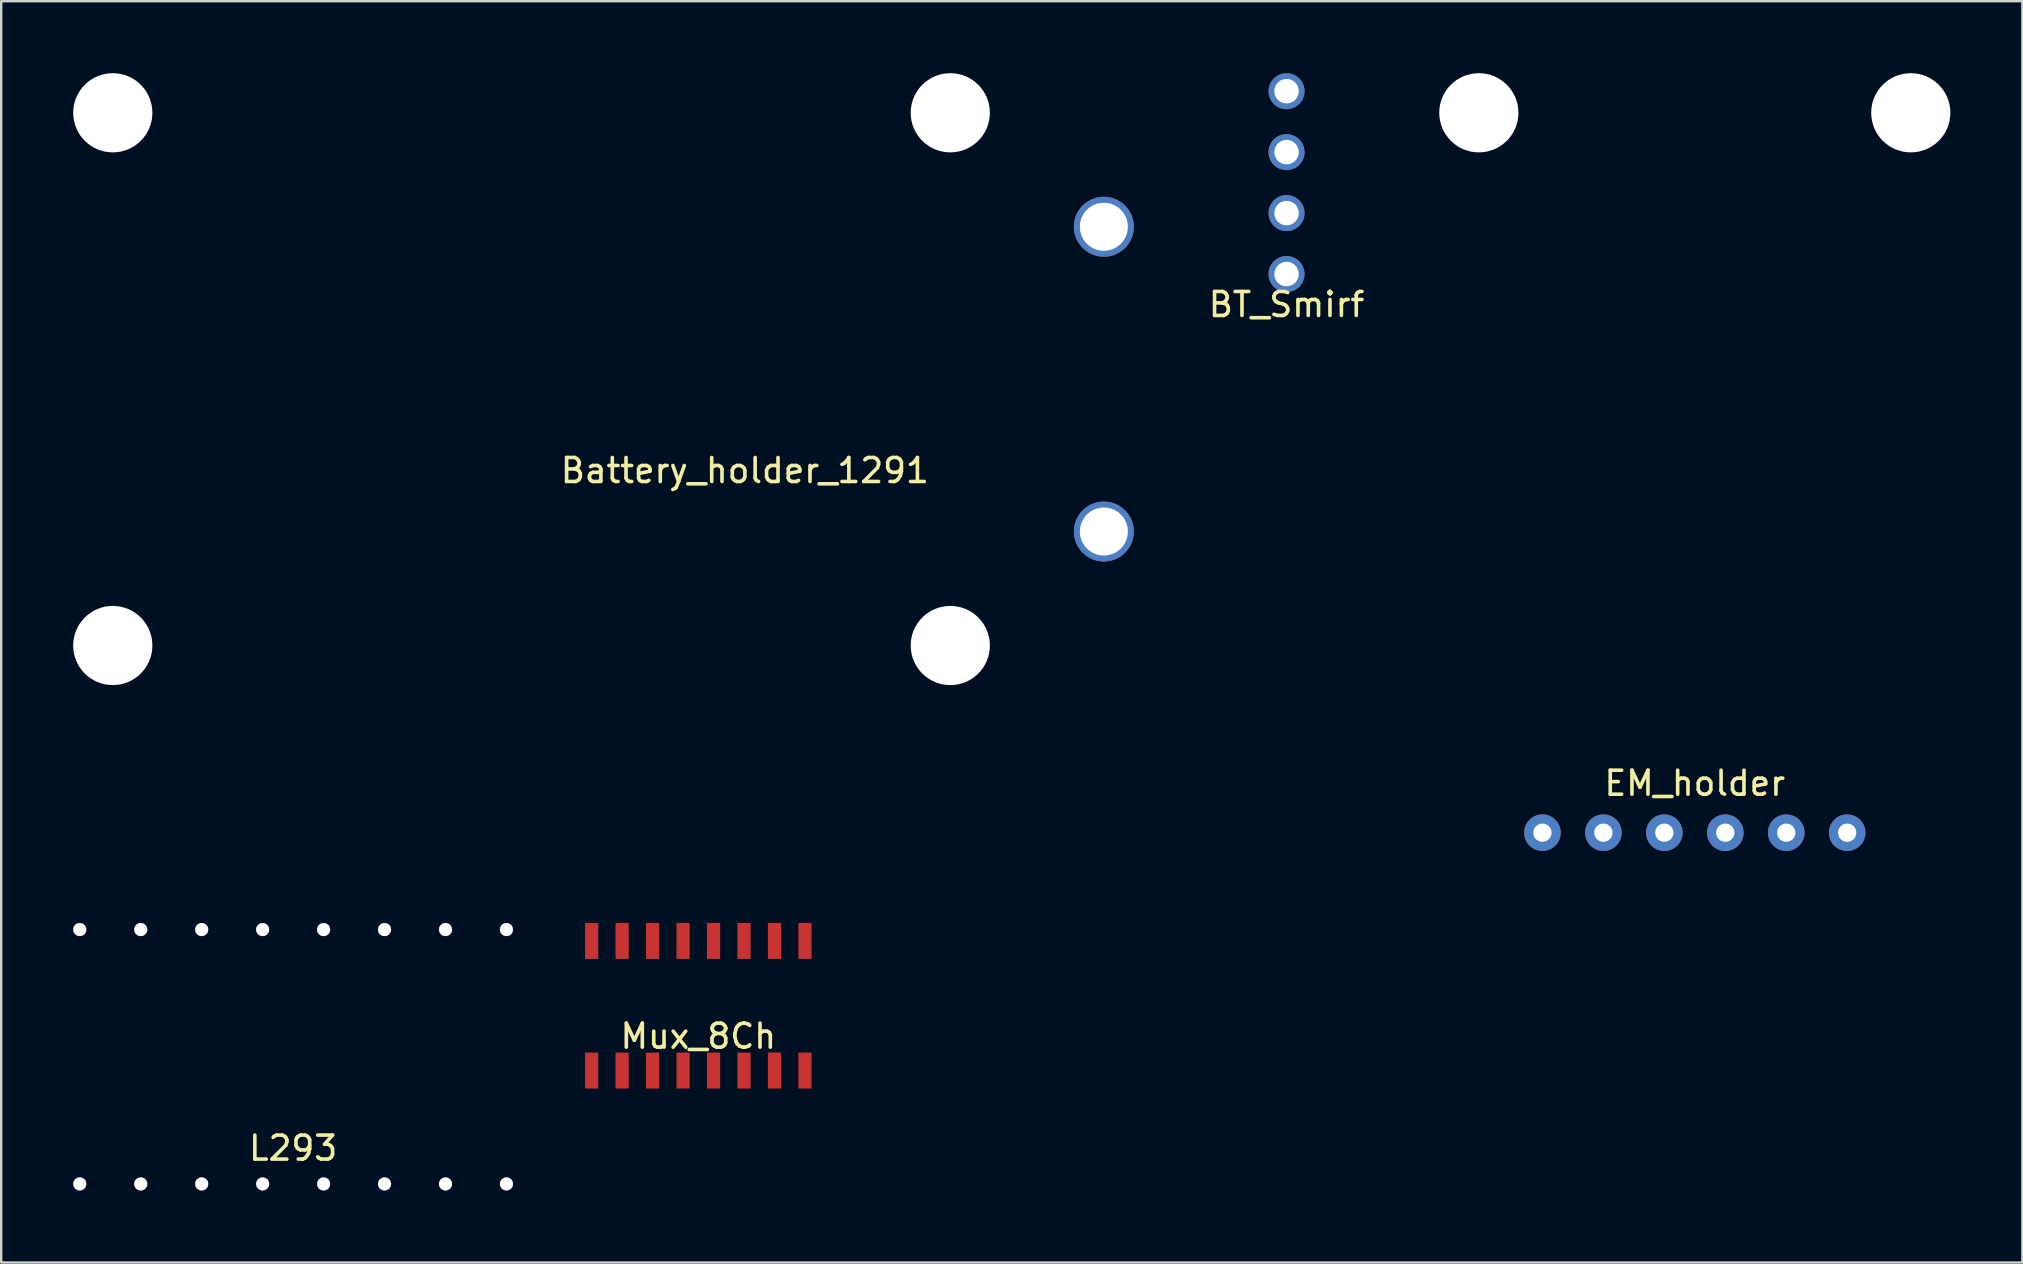
<source format=kicad_pcb>
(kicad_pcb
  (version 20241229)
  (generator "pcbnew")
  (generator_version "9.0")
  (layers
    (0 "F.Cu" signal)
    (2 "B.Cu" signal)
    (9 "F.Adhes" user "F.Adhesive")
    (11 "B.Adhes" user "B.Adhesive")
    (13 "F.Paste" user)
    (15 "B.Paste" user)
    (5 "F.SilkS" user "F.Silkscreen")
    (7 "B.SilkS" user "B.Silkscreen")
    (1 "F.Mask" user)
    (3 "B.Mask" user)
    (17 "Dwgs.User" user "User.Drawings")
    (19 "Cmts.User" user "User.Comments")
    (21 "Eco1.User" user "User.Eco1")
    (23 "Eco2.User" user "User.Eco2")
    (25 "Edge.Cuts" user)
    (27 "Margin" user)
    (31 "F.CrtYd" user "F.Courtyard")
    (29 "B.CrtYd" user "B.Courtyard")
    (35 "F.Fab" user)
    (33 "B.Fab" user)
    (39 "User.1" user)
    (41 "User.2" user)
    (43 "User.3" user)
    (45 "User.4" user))
  (footprint "Battery_holder_1291"
    (layer "F.Cu")
    (at 19.1 12.75)
    (property "Reference" "Battery_holder_1291" (at 8.89 3.81 0) (layer "F.SilkS") (effects (font (size 1 1) (thickness 0.15))))
    (attr through_hole)
    (pad "" np_thru_hole circle (at -17.45 -11.1) (size 3.3 3.3) (drill 3.3) (layers "*.Cu" "*.Mask"))
    (pad "" np_thru_hole circle (at -17.45 11.1) (size 3.3 3.3) (drill 3.3) (layers "*.Cu" "*.Mask"))
    (pad "" np_thru_hole circle (at 17.45 -11.1) (size 3.3 3.3) (drill 3.3) (layers "*.Cu" "*.Mask"))
    (pad "" np_thru_hole circle (at 17.45 11.1) (size 3.3 3.3) (drill 3.3) (layers "*.Cu" "*.Mask"))
    (pad "1" thru_hole circle (at 23.85 -6.35) (size 2.5 2.5) (drill 2) (layers "*.Cu" "*.Mask"))
    (pad "2" thru_hole circle (at 23.85 6.35) (size 2.5 2.5) (drill 2) (layers "*.Cu" "*.Mask")))
  (footprint "L293"
    (layer "F.Cu")
    (at 9.165 40.987)
    (property "Reference" "L293" (at 0 3.81 0) (layer "F.SilkS") (effects (font (size 1 1) (thickness 0.15))))
    (attr through_hole)
    (pad "1" thru_hole circle (at -8.89 5.3) (size 0.55 0.55) (drill 0.54) (layers "*.Cu" "*.Mask"))
    (pad "2" thru_hole circle (at -6.35 5.3) (size 0.55 0.55) (drill 0.54) (layers "*.Cu" "*.Mask"))
    (pad "3" thru_hole circle (at -3.81 5.3) (size 0.55 0.55) (drill 0.54) (layers "*.Cu" "*.Mask"))
    (pad "4" thru_hole circle (at -1.27 5.3) (size 0.55 0.55) (drill 0.54) (layers "*.Cu" "*.Mask"))
    (pad "5" thru_hole circle (at 1.27 5.3) (size 0.55 0.55) (drill 0.54) (layers "*.Cu" "*.Mask"))
    (pad "6" thru_hole circle (at 3.81 5.3) (size 0.55 0.55) (drill 0.54) (layers "*.Cu" "*.Mask"))
    (pad "7" thru_hole circle (at 6.35 5.3) (size 0.55 0.55) (drill 0.54) (layers "*.Cu" "*.Mask"))
    (pad "8" thru_hole circle (at 8.89 5.3) (size 0.55 0.55) (drill 0.54) (layers "*.Cu" "*.Mask"))
    (pad "9" thru_hole circle (at 8.89 -5.3) (size 0.55 0.55) (drill 0.54) (layers "*.Cu" "*.Mask"))
    (pad "10" thru_hole circle (at 6.35 -5.3) (size 0.55 0.55) (drill 0.54) (layers "*.Cu" "*.Mask"))
    (pad "11" thru_hole circle (at 3.81 -5.3) (size 0.55 0.55) (drill 0.54) (layers "*.Cu" "*.Mask"))
    (pad "12" thru_hole circle (at 1.27 -5.3) (size 0.55 0.55) (drill 0.54) (layers "*.Cu" "*.Mask"))
    (pad "13" thru_hole circle (at -1.27 -5.3) (size 0.55 0.55) (drill 0.54) (layers "*.Cu" "*.Mask"))
    (pad "14" thru_hole circle (at -3.81 -5.3) (size 0.55 0.55) (drill 0.54) (layers "*.Cu" "*.Mask"))
    (pad "15" thru_hole circle (at -6.35 -5.3) (size 0.55 0.55) (drill 0.54) (layers "*.Cu" "*.Mask"))
    (pad "16" thru_hole circle (at -8.89 -5.3) (size 0.55 0.55) (drill 0.54) (layers "*.Cu" "*.Mask")))
  (footprint "Mux_8Ch"
    (layer "F.Cu")
    (at 26.05 38.862)
    (property "Reference" "Mux_8Ch" (at 0 1.27 0) (layer "F.SilkS") (effects (font (size 1 1) (thickness 0.15))))
    (attr through_hole)
    (pad "1" smd rect (at -4.445 2.7) (size 0.55 1.5) (layers "F.Cu" "F.Mask" "F.Paste"))
    (pad "2" smd rect (at -3.175 2.7) (size 0.55 1.5) (layers "F.Cu" "F.Mask" "F.Paste"))
    (pad "3" smd rect (at -1.905 2.7) (size 0.55 1.5) (layers "F.Cu" "F.Mask" "F.Paste"))
    (pad "4" smd rect (at -0.635 2.7) (size 0.55 1.5) (layers "F.Cu" "F.Mask" "F.Paste"))
    (pad "5" smd rect (at 0.635 2.7) (size 0.55 1.5) (layers "F.Cu" "F.Mask" "F.Paste"))
    (pad "6" smd rect (at 1.905 2.7) (size 0.55 1.5) (layers "F.Cu" "F.Mask" "F.Paste"))
    (pad "7" smd rect (at 3.175 2.7) (size 0.55 1.5) (layers "F.Cu" "F.Mask" "F.Paste"))
    (pad "8" smd rect (at 4.445 2.7) (size 0.55 1.5) (layers "F.Cu" "F.Mask" "F.Paste"))
    (pad "9" smd rect (at 4.445 -2.7) (size 0.55 1.5) (layers "F.Cu" "F.Mask" "F.Paste"))
    (pad "10" smd rect (at 3.175 -2.7) (size 0.55 1.5) (layers "F.Cu" "F.Mask" "F.Paste"))
    (pad "11" smd rect (at 1.905 -2.7) (size 0.55 1.5) (layers "F.Cu" "F.Mask" "F.Paste"))
    (pad "12" smd rect (at 0.635 -2.7) (size 0.55 1.5) (layers "F.Cu" "F.Mask" "F.Paste"))
    (pad "13" smd rect (at -0.635 -2.7) (size 0.55 1.5) (layers "F.Cu" "F.Mask" "F.Paste"))
    (pad "14" smd rect (at -1.905 -2.7) (size 0.55 1.5) (layers "F.Cu" "F.Mask" "F.Paste"))
    (pad "15" smd rect (at -3.175 -2.7) (size 0.55 1.5) (layers "F.Cu" "F.Mask" "F.Paste"))
    (pad "16" smd rect (at -4.445 -2.7) (size 0.55 1.5) (layers "F.Cu" "F.Mask" "F.Paste")))
  (footprint "BT_Smirf"
    (layer "F.Cu")
    (at 50.563 4.56)
    (property "Reference" "BT_Smirf" (at 0 5.08 0) (layer "F.SilkS") (effects (font (size 1 1) (thickness 0.15))))
    (attr through_hole)
    (pad "1" thru_hole circle (at 0 -3.81) (size 1.5 1.5) (drill 1.02) (layers "*.Cu" "*.Mask"))
    (pad "2" thru_hole circle (at 0 -1.27) (size 1.5 1.5) (drill 1.02) (layers "*.Cu" "*.Mask"))
    (pad "3" thru_hole circle (at 0 1.27) (size 1.5 1.5) (drill 1.02) (layers "*.Cu" "*.Mask"))
    (pad "4" thru_hole circle (at 0 3.81) (size 1.5 1.5) (drill 1.02) (layers "*.Cu" "*.Mask")))
  (footprint "EM_holder"
    (layer "F.Cu")
    (at 67.576 1.65)
    (property "Reference" "EM_holder" (at 0 27.94 180) (layer "F.SilkS") (effects (font (size 1 1) (thickness 0.15))))
    (attr through_hole)
    (pad "" np_thru_hole circle (at -9 0 90) (size 3.3 3.3) (drill 3.3) (layers "*.Cu" "*.Mask"))
    (pad "" np_thru_hole circle (at 9 0 90) (size 3.3 3.3) (drill 3.3) (layers "*.Cu" "*.Mask"))
    (pad "1" thru_hole circle (at -6.35 30) (size 1.524 1.524) (drill 0.762) (layers "*.Cu" "*.Mask"))
    (pad "2" thru_hole circle (at -3.81 30) (size 1.524 1.524) (drill 0.762) (layers "*.Cu" "*.Mask"))
    (pad "3" thru_hole circle (at -1.27 30) (size 1.524 1.524) (drill 0.762) (layers "*.Cu" "*.Mask"))
    (pad "4" thru_hole circle (at 1.27 30) (size 1.524 1.524) (drill 0.762) (layers "*.Cu" "*.Mask"))
    (pad "5" thru_hole circle (at 3.81 30) (size 1.524 1.524) (drill 0.762) (layers "*.Cu" "*.Mask"))
    (pad "6" thru_hole circle (at 6.35 30) (size 1.524 1.524) (drill 0.762) (layers "*.Cu" "*.Mask")))
  (gr_rect
    (start -3 -3)
    (end 81.226 49.562)
    (stroke (width 0.1) (type default))
    (fill no)
    (layer "Edge.Cuts")))
</source>
